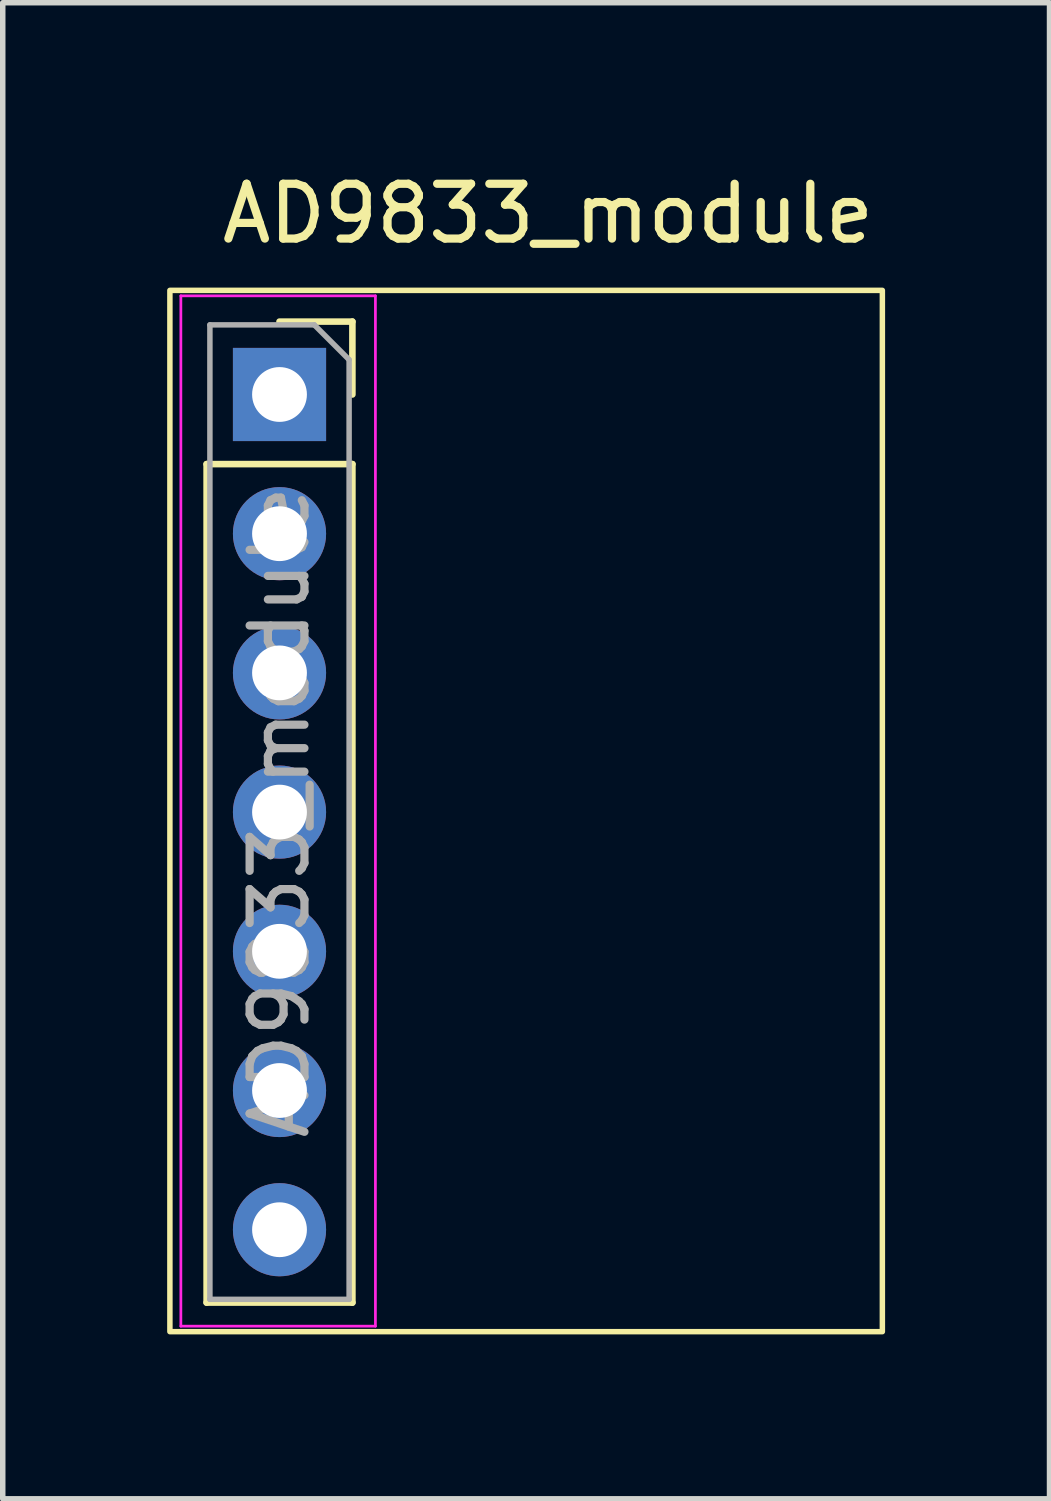
<source format=kicad_pcb>
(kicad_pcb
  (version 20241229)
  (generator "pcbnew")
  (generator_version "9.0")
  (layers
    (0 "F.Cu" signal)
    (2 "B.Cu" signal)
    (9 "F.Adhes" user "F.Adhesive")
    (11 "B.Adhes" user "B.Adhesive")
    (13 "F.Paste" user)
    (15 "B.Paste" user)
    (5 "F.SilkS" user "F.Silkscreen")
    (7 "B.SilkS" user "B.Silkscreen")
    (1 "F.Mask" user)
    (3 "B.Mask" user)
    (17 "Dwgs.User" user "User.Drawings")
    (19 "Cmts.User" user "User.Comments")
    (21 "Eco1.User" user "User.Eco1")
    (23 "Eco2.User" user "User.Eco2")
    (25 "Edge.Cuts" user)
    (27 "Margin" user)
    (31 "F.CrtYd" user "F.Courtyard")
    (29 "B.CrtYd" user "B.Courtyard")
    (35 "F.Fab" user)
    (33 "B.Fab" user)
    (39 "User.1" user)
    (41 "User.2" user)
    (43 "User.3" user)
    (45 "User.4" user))
  (footprint "AD9833_module"
    (layer "F.Cu")
    (at 2.05 4.148)
    (property "Reference" "AD9833_module" (at 4.9 -3.3 0) (layer "F.SilkS") (effects (font (size 1 1) (thickness 0.15))))
    (attr through_hole)
    (fp_line (start -1.33 1.27) (end -1.33 16.57) (stroke (width 0.12) (type solid)) (layer "F.SilkS"))
    (fp_line (start -1.33 1.27) (end 1.33 1.27) (stroke (width 0.12) (type solid)) (layer "F.SilkS"))
    (fp_line (start -1.33 16.57) (end 1.33 16.57) (stroke (width 0.12) (type solid)) (layer "F.SilkS"))
    (fp_line (start 0 -1.33) (end 1.33 -1.33) (stroke (width 0.12) (type solid)) (layer "F.SilkS"))
    (fp_line (start 1.33 -1.33) (end 1.33 0) (stroke (width 0.12) (type solid)) (layer "F.SilkS"))
    (fp_line (start 1.33 1.27) (end 1.33 16.57) (stroke (width 0.12) (type solid)) (layer "F.SilkS"))
    (fp_rect (start -2 -1.9) (end 11 17.1) (stroke (width 0.1) (type default)) (fill no) (layer "F.SilkS"))
    (fp_line (start -1.8 -1.8) (end 1.75 -1.8) (stroke (width 0.05) (type solid)) (layer "F.CrtYd"))
    (fp_line (start -1.8 17) (end -1.8 -1.8) (stroke (width 0.05) (type solid)) (layer "F.CrtYd"))
    (fp_line (start 1.75 -1.8) (end 1.75 17) (stroke (width 0.05) (type solid)) (layer "F.CrtYd"))
    (fp_line (start 1.75 17) (end -1.8 17) (stroke (width 0.05) (type solid)) (layer "F.CrtYd"))
    (fp_line (start -1.27 -1.27) (end 0.635 -1.27) (stroke (width 0.1) (type solid)) (layer "F.Fab"))
    (fp_line (start -1.27 16.51) (end -1.27 -1.27) (stroke (width 0.1) (type solid)) (layer "F.Fab"))
    (fp_line (start 0.635 -1.27) (end 1.27 -0.635) (stroke (width 0.1) (type solid)) (layer "F.Fab"))
    (fp_line (start 1.27 -0.635) (end 1.27 16.51) (stroke (width 0.1) (type solid)) (layer "F.Fab"))
    (fp_line (start 1.27 16.51) (end -1.27 16.51) (stroke (width 0.1) (type solid)) (layer "F.Fab"))
    (fp_text user "${REFERENCE}" (at 0 7.62 90) (layer "F.Fab") (effects (font (size 1 1) (thickness 0.15))))
    (pad "1" thru_hole rect (at 0 0) (size 1.7 1.7) (drill 1) (layers "*.Cu" "*.Mask"))
    (pad "2" thru_hole oval (at 0 2.54) (size 1.7 1.7) (drill 1) (layers "*.Cu" "*.Mask"))
    (pad "3" thru_hole oval (at 0 5.08) (size 1.7 1.7) (drill 1) (layers "*.Cu" "*.Mask"))
    (pad "4" thru_hole oval (at 0 7.62) (size 1.7 1.7) (drill 1) (layers "*.Cu" "*.Mask"))
    (pad "5" thru_hole oval (at 0 10.16) (size 1.7 1.7) (drill 1) (layers "*.Cu" "*.Mask"))
    (pad "6" thru_hole oval (at 0 12.7) (size 1.7 1.7) (drill 1) (layers "*.Cu" "*.Mask"))
    (pad "7" thru_hole oval (at 0 15.24) (size 1.7 1.7) (drill 1) (layers "*.Cu" "*.Mask")))
  (gr_rect
    (start -3 -3)
    (end 16.1 24.298)
    (stroke (width 0.1) (type default))
    (fill no)
    (layer "Edge.Cuts")))
</source>
